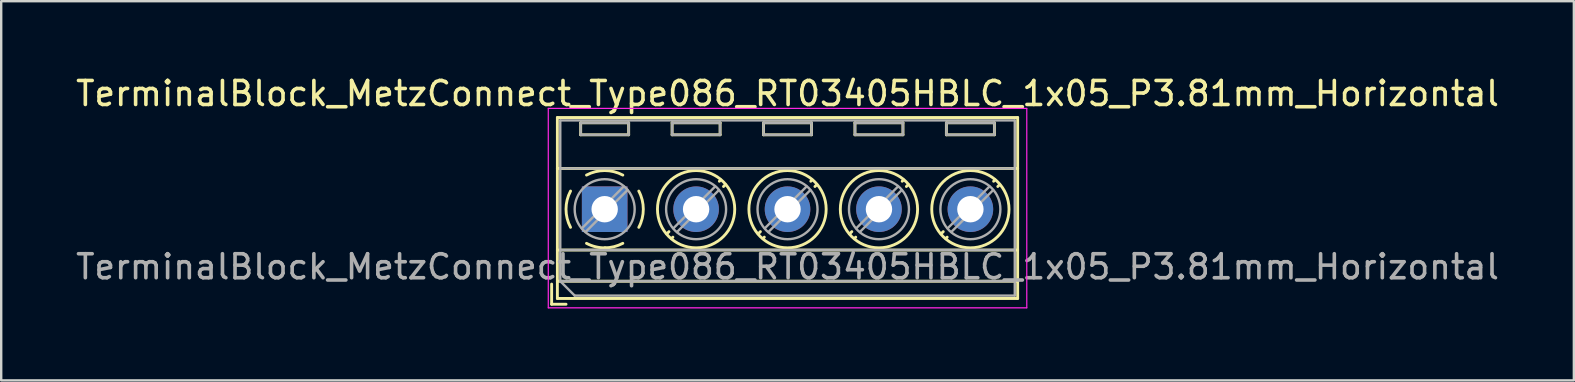
<source format=kicad_pcb>
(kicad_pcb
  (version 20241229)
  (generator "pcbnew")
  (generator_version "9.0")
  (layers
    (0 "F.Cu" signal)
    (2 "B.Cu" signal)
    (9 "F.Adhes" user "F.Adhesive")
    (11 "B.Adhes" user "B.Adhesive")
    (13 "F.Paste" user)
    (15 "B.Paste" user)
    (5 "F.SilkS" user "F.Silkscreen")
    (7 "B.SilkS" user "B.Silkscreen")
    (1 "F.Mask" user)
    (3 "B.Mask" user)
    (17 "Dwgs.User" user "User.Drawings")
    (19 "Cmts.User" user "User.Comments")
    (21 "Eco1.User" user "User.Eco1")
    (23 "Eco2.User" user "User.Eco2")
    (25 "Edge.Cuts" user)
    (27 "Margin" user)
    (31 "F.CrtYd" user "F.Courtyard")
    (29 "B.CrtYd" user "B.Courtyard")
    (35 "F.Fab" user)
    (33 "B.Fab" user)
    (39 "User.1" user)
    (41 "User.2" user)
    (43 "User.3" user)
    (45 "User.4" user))
  (footprint "TerminalBlock_MetzConnect_Type086_RT03405HBLC_1x05_P3.81mm_Horizontal"
    (layer "F.Cu")
    (at 22.148 5.668)
    (property "Reference" "TerminalBlock_MetzConnect_Type086_RT03405HBLC_1x05_P3.81mm_Horizontal" (at 7.62 -4.82 0) (layer "F.SilkS") (effects (font (size 1 1) (thickness 0.15))))
    (attr through_hole)
    (fp_line (start -2.21 3.12) (end -2.21 3.96) (stroke (width 0.12) (type solid)) (layer "F.SilkS"))
    (fp_line (start -2.21 3.96) (end -1.61 3.96) (stroke (width 0.12) (type solid)) (layer "F.SilkS"))
    (fp_line (start -1.971 -3.82) (end -1.971 3.72) (stroke (width 0.12) (type solid)) (layer "F.SilkS"))
    (fp_line (start -1.971 -3.82) (end 17.21 -3.82) (stroke (width 0.12) (type solid)) (layer "F.SilkS"))
    (fp_line (start -1.971 -1.7) (end 17.21 -1.7) (stroke (width 0.12) (type solid)) (layer "F.SilkS"))
    (fp_line (start -1.971 1.701) (end 17.21 1.701) (stroke (width 0.12) (type solid)) (layer "F.SilkS"))
    (fp_line (start -1.971 3) (end 17.21 3) (stroke (width 0.12) (type solid)) (layer "F.SilkS"))
    (fp_line (start -1.971 3.72) (end 17.21 3.72) (stroke (width 0.12) (type solid)) (layer "F.SilkS"))
    (fp_line (start -1 -3.6) (end -1 -3.1) (stroke (width 0.12) (type solid)) (layer "F.SilkS"))
    (fp_line (start -1 -3.6) (end 1 -3.6) (stroke (width 0.12) (type solid)) (layer "F.SilkS"))
    (fp_line (start -1 -3.1) (end 1 -3.1) (stroke (width 0.12) (type solid)) (layer "F.SilkS"))
    (fp_line (start 1 -3.6) (end 1 -3.1) (stroke (width 0.12) (type solid)) (layer "F.SilkS"))
    (fp_line (start 2.679 0.935) (end 2.589 1.025) (stroke (width 0.12) (type solid)) (layer "F.SilkS"))
    (fp_line (start 2.81 -3.6) (end 2.81 -3.1) (stroke (width 0.12) (type solid)) (layer "F.SilkS"))
    (fp_line (start 2.81 -3.6) (end 4.81 -3.6) (stroke (width 0.12) (type solid)) (layer "F.SilkS"))
    (fp_line (start 2.81 -3.1) (end 4.81 -3.1) (stroke (width 0.12) (type solid)) (layer "F.SilkS"))
    (fp_line (start 2.842 1.165) (end 2.786 1.221) (stroke (width 0.12) (type solid)) (layer "F.SilkS"))
    (fp_line (start 4.81 -3.6) (end 4.81 -3.1) (stroke (width 0.12) (type solid)) (layer "F.SilkS"))
    (fp_line (start 4.835 -1.221) (end 4.779 -1.165) (stroke (width 0.12) (type solid)) (layer "F.SilkS"))
    (fp_line (start 5.032 -1.025) (end 4.953 -0.946) (stroke (width 0.12) (type solid)) (layer "F.SilkS"))
    (fp_line (start 6.489 0.935) (end 6.399 1.025) (stroke (width 0.12) (type solid)) (layer "F.SilkS"))
    (fp_line (start 6.62 -3.6) (end 6.62 -3.1) (stroke (width 0.12) (type solid)) (layer "F.SilkS"))
    (fp_line (start 6.62 -3.6) (end 8.62 -3.6) (stroke (width 0.12) (type solid)) (layer "F.SilkS"))
    (fp_line (start 6.62 -3.1) (end 8.62 -3.1) (stroke (width 0.12) (type solid)) (layer "F.SilkS"))
    (fp_line (start 6.652 1.165) (end 6.596 1.221) (stroke (width 0.12) (type solid)) (layer "F.SilkS"))
    (fp_line (start 8.62 -3.6) (end 8.62 -3.1) (stroke (width 0.12) (type solid)) (layer "F.SilkS"))
    (fp_line (start 8.645 -1.221) (end 8.589 -1.165) (stroke (width 0.12) (type solid)) (layer "F.SilkS"))
    (fp_line (start 8.842 -1.025) (end 8.763 -0.946) (stroke (width 0.12) (type solid)) (layer "F.SilkS"))
    (fp_line (start 10.299 0.935) (end 10.209 1.025) (stroke (width 0.12) (type solid)) (layer "F.SilkS"))
    (fp_line (start 10.43 -3.6) (end 10.43 -3.1) (stroke (width 0.12) (type solid)) (layer "F.SilkS"))
    (fp_line (start 10.43 -3.6) (end 12.43 -3.6) (stroke (width 0.12) (type solid)) (layer "F.SilkS"))
    (fp_line (start 10.43 -3.1) (end 12.43 -3.1) (stroke (width 0.12) (type solid)) (layer "F.SilkS"))
    (fp_line (start 10.462 1.165) (end 10.406 1.221) (stroke (width 0.12) (type solid)) (layer "F.SilkS"))
    (fp_line (start 12.43 -3.6) (end 12.43 -3.1) (stroke (width 0.12) (type solid)) (layer "F.SilkS"))
    (fp_line (start 12.455 -1.221) (end 12.399 -1.165) (stroke (width 0.12) (type solid)) (layer "F.SilkS"))
    (fp_line (start 12.652 -1.025) (end 12.573 -0.946) (stroke (width 0.12) (type solid)) (layer "F.SilkS"))
    (fp_line (start 14.109 0.935) (end 14.019 1.025) (stroke (width 0.12) (type solid)) (layer "F.SilkS"))
    (fp_line (start 14.24 -3.6) (end 14.24 -3.1) (stroke (width 0.12) (type solid)) (layer "F.SilkS"))
    (fp_line (start 14.24 -3.6) (end 16.241 -3.6) (stroke (width 0.12) (type solid)) (layer "F.SilkS"))
    (fp_line (start 14.24 -3.1) (end 16.241 -3.1) (stroke (width 0.12) (type solid)) (layer "F.SilkS"))
    (fp_line (start 14.272 1.165) (end 14.216 1.221) (stroke (width 0.12) (type solid)) (layer "F.SilkS"))
    (fp_line (start 16.241 -3.6) (end 16.241 -3.1) (stroke (width 0.12) (type solid)) (layer "F.SilkS"))
    (fp_line (start 16.265 -1.221) (end 16.209 -1.165) (stroke (width 0.12) (type solid)) (layer "F.SilkS"))
    (fp_line (start 16.462 -1.025) (end 16.383 -0.946) (stroke (width 0.12) (type solid)) (layer "F.SilkS"))
    (fp_line (start 17.21 -3.82) (end 17.21 3.72) (stroke (width 0.12) (type solid)) (layer "F.SilkS"))
    (fp_arc (start -1.422754 0.755582) (mid -1.610941 -0.000803) (end -1.422 -0.757) (stroke (width 0.12) (type solid)) (layer "F.SilkS"))
    (fp_arc (start -0.756142 -1.421925) (mid -0.00008 -1.610472) (end 0.756 -1.422) (stroke (width 0.12) (type solid)) (layer "F.SilkS"))
    (fp_arc (start 0.027312 1.61071) (mid -0.376847 1.566244) (end -0.757 1.422) (stroke (width 0.12) (type solid)) (layer "F.SilkS"))
    (fp_arc (start 0.755849 1.421546) (mid 0.389494 1.562176) (end 0 1.61) (stroke (width 0.12) (type solid)) (layer "F.SilkS"))
    (fp_arc (start 1.421925 -0.756142) (mid 1.610472 -0.00008) (end 1.422 0.756) (stroke (width 0.12) (type solid)) (layer "F.SilkS"))
    (fp_circle (center 3.81 0) (end 5.42 0) (stroke (width 0.12) (type solid)) (fill no) (layer "F.SilkS"))
    (fp_circle (center 7.62 0) (end 9.23 0) (stroke (width 0.12) (type solid)) (fill no) (layer "F.SilkS"))
    (fp_circle (center 11.43 0) (end 13.04 0) (stroke (width 0.12) (type solid)) (fill no) (layer "F.SilkS"))
    (fp_circle (center 15.24 0) (end 16.85 0) (stroke (width 0.12) (type solid)) (fill no) (layer "F.SilkS"))
    (fp_line (start -2.35 -4.2) (end -2.35 4.11) (stroke (width 0.05) (type solid)) (layer "F.CrtYd"))
    (fp_line (start -2.35 4.11) (end 17.59 4.11) (stroke (width 0.05) (type solid)) (layer "F.CrtYd"))
    (fp_line (start 17.59 -4.2) (end -2.35 -4.2) (stroke (width 0.05) (type solid)) (layer "F.CrtYd"))
    (fp_line (start 17.59 4.11) (end 17.59 -4.2) (stroke (width 0.05) (type solid)) (layer "F.CrtYd"))
    (fp_line (start -1.85 -3.7) (end 17.09 -3.7) (stroke (width 0.1) (type solid)) (layer "F.Fab"))
    (fp_line (start -1.85 -1.7) (end 17.09 -1.7) (stroke (width 0.1) (type solid)) (layer "F.Fab"))
    (fp_line (start -1.85 1.7) (end 17.09 1.7) (stroke (width 0.1) (type solid)) (layer "F.Fab"))
    (fp_line (start -1.85 3) (end -1.85 -3.7) (stroke (width 0.1) (type solid)) (layer "F.Fab"))
    (fp_line (start -1.85 3) (end 17.09 3) (stroke (width 0.1) (type solid)) (layer "F.Fab"))
    (fp_line (start -1.25 3.6) (end -1.85 3) (stroke (width 0.1) (type solid)) (layer "F.Fab"))
    (fp_line (start -1 -3.6) (end -1 -3.1) (stroke (width 0.1) (type solid)) (layer "F.Fab"))
    (fp_line (start -1 -3.1) (end 1 -3.1) (stroke (width 0.1) (type solid)) (layer "F.Fab"))
    (fp_line (start 0.796 -0.948) (end -0.949 0.796) (stroke (width 0.1) (type solid)) (layer "F.Fab"))
    (fp_line (start 0.949 -0.796) (end -0.796 0.948) (stroke (width 0.1) (type solid)) (layer "F.Fab"))
    (fp_line (start 1 -3.6) (end -1 -3.6) (stroke (width 0.1) (type solid)) (layer "F.Fab"))
    (fp_line (start 1 -3.1) (end 1 -3.6) (stroke (width 0.1) (type solid)) (layer "F.Fab"))
    (fp_line (start 2.81 -3.6) (end 2.81 -3.1) (stroke (width 0.1) (type solid)) (layer "F.Fab"))
    (fp_line (start 2.81 -3.1) (end 4.81 -3.1) (stroke (width 0.1) (type solid)) (layer "F.Fab"))
    (fp_line (start 4.606 -0.948) (end 2.862 0.796) (stroke (width 0.1) (type solid)) (layer "F.Fab"))
    (fp_line (start 4.759 -0.796) (end 3.015 0.948) (stroke (width 0.1) (type solid)) (layer "F.Fab"))
    (fp_line (start 4.81 -3.6) (end 2.81 -3.6) (stroke (width 0.1) (type solid)) (layer "F.Fab"))
    (fp_line (start 4.81 -3.1) (end 4.81 -3.6) (stroke (width 0.1) (type solid)) (layer "F.Fab"))
    (fp_line (start 6.62 -3.6) (end 6.62 -3.1) (stroke (width 0.1) (type solid)) (layer "F.Fab"))
    (fp_line (start 6.62 -3.1) (end 8.62 -3.1) (stroke (width 0.1) (type solid)) (layer "F.Fab"))
    (fp_line (start 8.416 -0.948) (end 6.672 0.796) (stroke (width 0.1) (type solid)) (layer "F.Fab"))
    (fp_line (start 8.569 -0.796) (end 6.825 0.948) (stroke (width 0.1) (type solid)) (layer "F.Fab"))
    (fp_line (start 8.62 -3.6) (end 6.62 -3.6) (stroke (width 0.1) (type solid)) (layer "F.Fab"))
    (fp_line (start 8.62 -3.1) (end 8.62 -3.6) (stroke (width 0.1) (type solid)) (layer "F.Fab"))
    (fp_line (start 10.43 -3.6) (end 10.43 -3.1) (stroke (width 0.1) (type solid)) (layer "F.Fab"))
    (fp_line (start 10.43 -3.1) (end 12.43 -3.1) (stroke (width 0.1) (type solid)) (layer "F.Fab"))
    (fp_line (start 12.226 -0.948) (end 10.482 0.796) (stroke (width 0.1) (type solid)) (layer "F.Fab"))
    (fp_line (start 12.379 -0.796) (end 10.635 0.948) (stroke (width 0.1) (type solid)) (layer "F.Fab"))
    (fp_line (start 12.43 -3.6) (end 10.43 -3.6) (stroke (width 0.1) (type solid)) (layer "F.Fab"))
    (fp_line (start 12.43 -3.1) (end 12.43 -3.6) (stroke (width 0.1) (type solid)) (layer "F.Fab"))
    (fp_line (start 14.24 -3.6) (end 14.24 -3.1) (stroke (width 0.1) (type solid)) (layer "F.Fab"))
    (fp_line (start 14.24 -3.1) (end 16.24 -3.1) (stroke (width 0.1) (type solid)) (layer "F.Fab"))
    (fp_line (start 16.036 -0.948) (end 14.292 0.796) (stroke (width 0.1) (type solid)) (layer "F.Fab"))
    (fp_line (start 16.189 -0.796) (end 14.445 0.948) (stroke (width 0.1) (type solid)) (layer "F.Fab"))
    (fp_line (start 16.24 -3.6) (end 14.24 -3.6) (stroke (width 0.1) (type solid)) (layer "F.Fab"))
    (fp_line (start 16.24 -3.1) (end 16.24 -3.6) (stroke (width 0.1) (type solid)) (layer "F.Fab"))
    (fp_line (start 17.09 -3.7) (end 17.09 3.6) (stroke (width 0.1) (type solid)) (layer "F.Fab"))
    (fp_line (start 17.09 3.6) (end -1.25 3.6) (stroke (width 0.1) (type solid)) (layer "F.Fab"))
    (fp_circle (center 0 0) (end 1.25 0) (stroke (width 0.1) (type solid)) (fill no) (layer "F.Fab"))
    (fp_circle (center 3.81 0) (end 5.06 0) (stroke (width 0.1) (type solid)) (fill no) (layer "F.Fab"))
    (fp_circle (center 7.62 0) (end 8.87 0) (stroke (width 0.1) (type solid)) (fill no) (layer "F.Fab"))
    (fp_circle (center 11.43 0) (end 12.68 0) (stroke (width 0.1) (type solid)) (fill no) (layer "F.Fab"))
    (fp_circle (center 15.24 0) (end 16.49 0) (stroke (width 0.1) (type solid)) (fill no) (layer "F.Fab"))
    (fp_text user "${REFERENCE}" (at 7.62 2.4 0) (layer "F.Fab") (effects (font (size 1 1) (thickness 0.15))))
    (pad "1" thru_hole rect (at 0 0) (size 1.9 1.9) (drill 1.1) (layers "*.Cu" "*.Mask"))
    (pad "2" thru_hole circle (at 3.81 0) (size 1.9 1.9) (drill 1.1) (layers "*.Cu" "*.Mask"))
    (pad "3" thru_hole circle (at 7.62 0) (size 1.9 1.9) (drill 1.1) (layers "*.Cu" "*.Mask"))
    (pad "4" thru_hole circle (at 11.43 0) (size 1.9 1.9) (drill 1.1) (layers "*.Cu" "*.Mask"))
    (pad "5" thru_hole circle (at 15.24 0) (size 1.9 1.9) (drill 1.1) (layers "*.Cu" "*.Mask")))
  (gr_rect
    (start -3 -3)
    (end 62.536 12.803)
    (stroke (width 0.1) (type default))
    (fill no)
    (layer "Edge.Cuts")))
</source>
